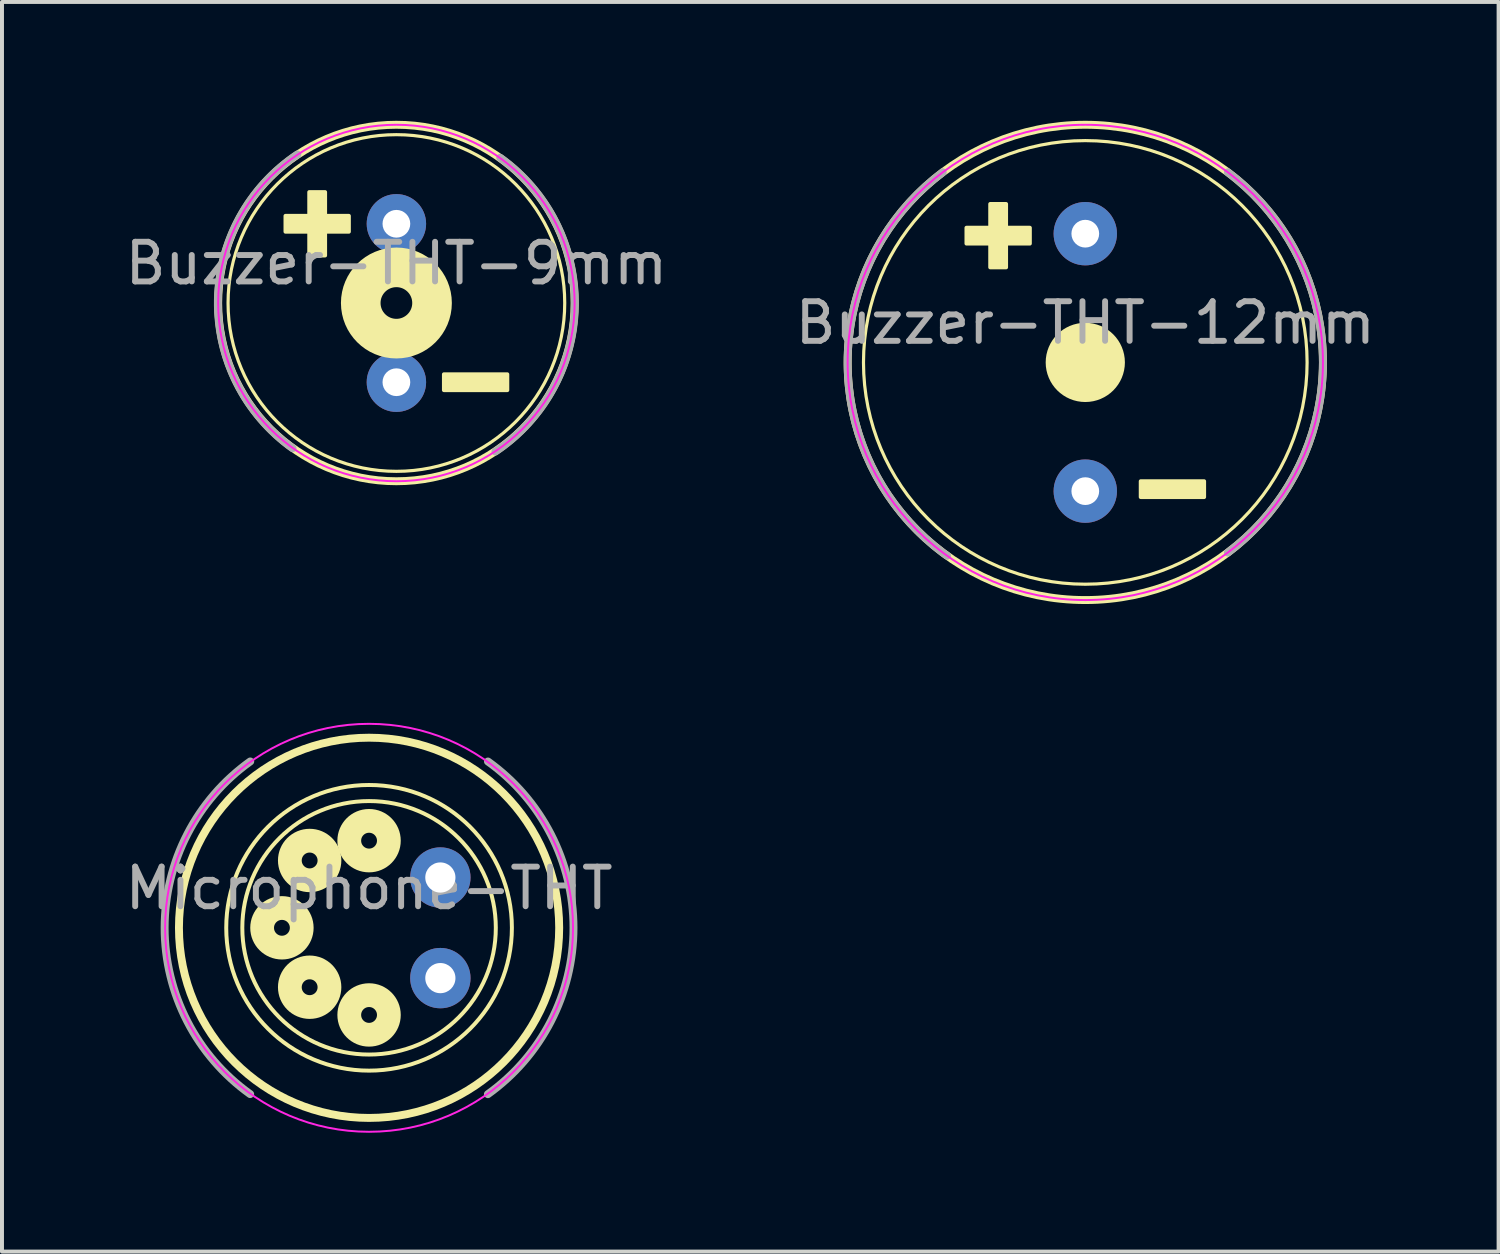
<source format=kicad_pcb>
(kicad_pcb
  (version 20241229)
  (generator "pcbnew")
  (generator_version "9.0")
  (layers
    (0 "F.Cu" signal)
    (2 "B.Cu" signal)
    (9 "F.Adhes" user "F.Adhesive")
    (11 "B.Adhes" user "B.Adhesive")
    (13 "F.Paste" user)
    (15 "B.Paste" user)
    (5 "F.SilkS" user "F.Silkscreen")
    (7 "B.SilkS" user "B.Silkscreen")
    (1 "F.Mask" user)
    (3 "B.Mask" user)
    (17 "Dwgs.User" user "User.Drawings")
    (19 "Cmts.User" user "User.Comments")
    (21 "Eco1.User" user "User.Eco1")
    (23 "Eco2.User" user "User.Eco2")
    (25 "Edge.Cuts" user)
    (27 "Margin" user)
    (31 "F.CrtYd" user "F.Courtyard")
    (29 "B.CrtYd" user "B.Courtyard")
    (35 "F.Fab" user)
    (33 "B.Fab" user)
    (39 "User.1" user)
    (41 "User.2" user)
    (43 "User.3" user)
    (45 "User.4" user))
  (footprint "Buzzer-THT-9mm"
    (layer "F.Cu")
    (at 6.958 4.6)
    (property "Reference" "Buzzer-THT-9mm" (at 0 -1 0) (layer "F.Fab") (effects (font (size 1 1) (thickness 0.15))))
    (attr through_hole)
    (fp_circle (center 0 0) (end 0.4 0) (stroke (width 1) (type solid)) (fill no) (layer "F.SilkS"))
    (fp_circle (center 0 0) (end 4.25 0) (stroke (width 0.08) (type solid)) (fill no) (layer "F.SilkS"))
    (fp_circle (center 0 0) (end 4.5 0) (stroke (width 0.2) (type solid)) (fill no) (layer "F.SilkS"))
    (fp_poly (pts (xy 2.8 2.2) (xy 1.2 2.2) (xy 1.2 1.8) (xy 2.8 1.8)) (stroke (width 0.1) (type solid)) (fill yes) (layer "F.SilkS"))
    (fp_poly (pts (xy -1.8 -2.2) (xy -1.2 -2.2) (xy -1.2 -1.8) (xy -1.8 -1.8) (xy -1.8 -1.2) (xy -2.2 -1.2) (xy -2.2 -1.8) (xy -2.8 -1.8) (xy -2.8 -2.2) (xy -2.2 -2.2) (xy -2.2 -2.8) (xy -1.8 -2.8)) (stroke (width 0.1) (type solid)) (fill yes) (layer "F.SilkS"))
    (fp_circle (center 0 0) (end 4.5 0) (stroke (width 0.05) (type solid)) (fill no) (layer "F.CrtYd"))
    (fp_arc (start -2.621183 3.666319) (mid -4.506337 -0.073634) (end -2.5 -3.75) (stroke (width 0.2) (type solid)) (layer "F.Fab"))
    (fp_arc (start 2.621183 -3.666319) (mid 4.506337 0.073634) (end 2.5 3.75) (stroke (width 0.2) (type solid)) (layer "F.Fab"))
    (pad "1" thru_hole circle (at 0 -2) (size 1.5 1.5) (drill 0.7) (layers "*.Cu" "*.Mask"))
    (pad "2" thru_hole circle (at 0 2) (size 1.5 1.5) (drill 0.7) (layers "*.Cu" "*.Mask")))
  (footprint "Microphone-THT"
    (layer "F.Cu")
    (at 6.268 20.375)
    (property "Reference" "Microphone-THT" (at 0 -1 0) (layer "F.Fab") (effects (font (size 1 1) (thickness 0.15))))
    (attr through_hole)
    (fp_circle (center -2.2 0) (end -2 0) (stroke (width 0.6) (type solid)) (fill no) (layer "F.SilkS"))
    (fp_circle (center -1.5 -1.7) (end -1.3 -1.7) (stroke (width 0.6) (type solid)) (fill no) (layer "F.SilkS"))
    (fp_circle (center -1.5 1.5) (end -1.3 1.5) (stroke (width 0.6) (type solid)) (fill no) (layer "F.SilkS"))
    (fp_circle (center 0 -2.2) (end 0.2 -2.2) (stroke (width 0.6) (type solid)) (fill no) (layer "F.SilkS"))
    (fp_circle (center 0 0) (end 3.2 0) (stroke (width 0.1) (type solid)) (fill no) (layer "F.SilkS"))
    (fp_circle (center 0 0) (end 3.606 0) (stroke (width 0.1) (type solid)) (fill no) (layer "F.SilkS"))
    (fp_circle (center 0 0) (end 4.8 0) (stroke (width 0.2) (type solid)) (fill no) (layer "F.SilkS"))
    (fp_circle (center 0 2.2) (end 0.2 2.2) (stroke (width 0.6) (type solid)) (fill no) (layer "F.SilkS"))
    (fp_circle (center 0 0) (end 5.15 0) (stroke (width 0.05) (type solid)) (fill no) (layer "F.CrtYd"))
    (fp_arc (start -3.001806 4.198708) (mid -5.161394 -0.00111) (end -2.999999 -4.199999) (stroke (width 0.2) (type solid)) (layer "F.Fab"))
    (fp_arc (start 3.001806 -4.198708) (mid 5.161394 0.00111) (end 2.999999 4.199999) (stroke (width 0.2) (type solid)) (layer "F.Fab"))
    (pad "1" thru_hole circle (at 1.8 1.27) (size 1.524 1.524) (drill 0.762) (layers "*.Cu" "*.Mask"))
    (pad "2" thru_hole circle (at 1.8 -1.27) (size 1.524 1.524) (drill 0.762) (layers "*.Cu" "*.Mask")))
  (footprint "Buzzer-THT-12mm"
    (layer "F.Cu")
    (at 24.351 6.1)
    (property "Reference" "Buzzer-THT-12mm" (at 0 -1 0) (layer "F.Fab") (effects (font (size 1 1) (thickness 0.15))))
    (attr through_hole)
    (fp_circle (center 0 0) (end 0.5 0) (stroke (width 1) (type solid)) (fill no) (layer "F.SilkS"))
    (fp_circle (center 0 0) (end 5.6 0) (stroke (width 0.08) (type solid)) (fill no) (layer "F.SilkS"))
    (fp_circle (center 0 0) (end 6 0) (stroke (width 0.2) (type solid)) (fill no) (layer "F.SilkS"))
    (fp_poly (pts (xy 3 3.4) (xy 1.4 3.4) (xy 1.4 3) (xy 3 3)) (stroke (width 0.1) (type solid)) (fill yes) (layer "F.SilkS"))
    (fp_poly (pts (xy -2 -3.4) (xy -1.4 -3.4) (xy -1.4 -3) (xy -2 -3) (xy -2 -2.4) (xy -2.4 -2.4) (xy -2.4 -3) (xy -3 -3) (xy -3 -3.4) (xy -2.4 -3.4) (xy -2.4 -4) (xy -2 -4)) (stroke (width 0.1) (type solid)) (fill yes) (layer "F.SilkS"))
    (fp_circle (center 0 0) (end 6 0) (stroke (width 0.05) (type solid)) (fill no) (layer "F.CrtYd"))
    (fp_arc (start -3.48953 4.8809) (mid -5.99961 0.068462) (end -3.6 -4.8) (stroke (width 0.2) (type solid)) (layer "F.Fab"))
    (fp_arc (start 3.6 -4.8) (mid 6 0) (end 3.6 4.8) (stroke (width 0.2) (type solid)) (layer "F.Fab"))
    (pad "1" thru_hole circle (at 0 -3.25) (size 1.6 1.6) (drill 0.7) (layers "*.Cu" "*.Mask"))
    (pad "2" thru_hole circle (at 0 3.25) (size 1.6 1.6) (drill 0.7) (layers "*.Cu" "*.Mask")))
  (gr_rect
    (start -3 -3)
    (end 34.786 28.55)
    (stroke (width 0.1) (type default))
    (fill no)
    (layer "Edge.Cuts")))
</source>
